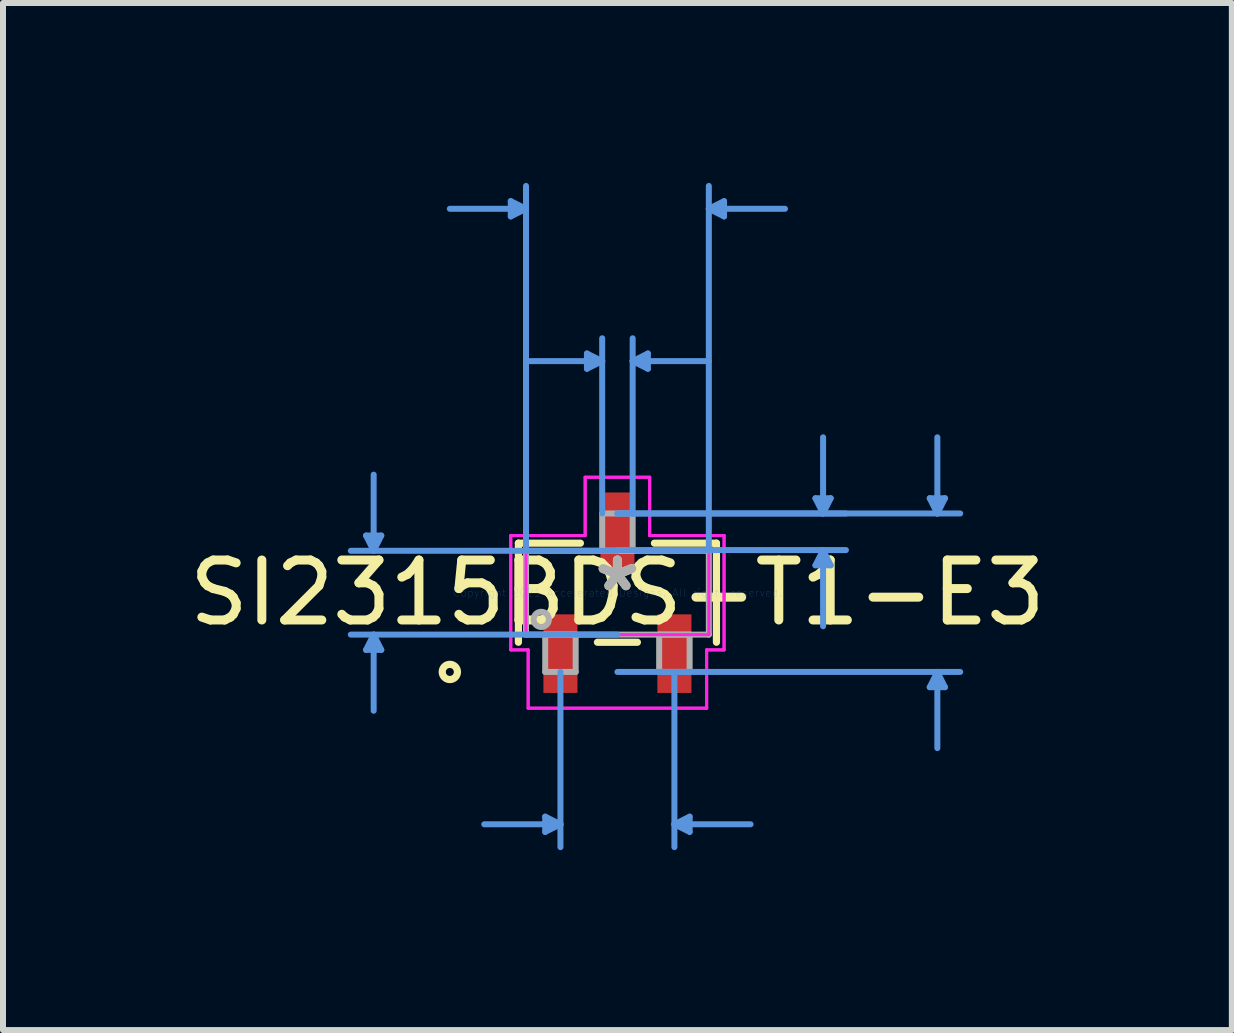
<source format=kicad_pcb>
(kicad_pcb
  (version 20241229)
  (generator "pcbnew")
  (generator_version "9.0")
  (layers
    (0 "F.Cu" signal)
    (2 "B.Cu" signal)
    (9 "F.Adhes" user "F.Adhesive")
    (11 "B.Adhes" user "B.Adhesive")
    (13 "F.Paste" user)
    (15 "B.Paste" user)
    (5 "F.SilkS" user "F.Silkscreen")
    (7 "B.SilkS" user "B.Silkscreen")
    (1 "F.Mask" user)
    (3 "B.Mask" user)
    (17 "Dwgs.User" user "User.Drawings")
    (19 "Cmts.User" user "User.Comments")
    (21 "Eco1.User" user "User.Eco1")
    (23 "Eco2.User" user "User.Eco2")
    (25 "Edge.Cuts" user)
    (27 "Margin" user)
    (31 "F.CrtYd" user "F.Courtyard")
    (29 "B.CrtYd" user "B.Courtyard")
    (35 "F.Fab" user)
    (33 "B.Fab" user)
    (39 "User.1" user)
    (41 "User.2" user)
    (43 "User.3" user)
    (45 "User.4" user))
  (footprint "SI2315BDS-T1-E3"
    (layer "F.Cu")
    (at 7.244 6.832)
    (property "Reference" "SI2315BDS-T1-E3" (at 0 0 0) (layer "F.SilkS") (effects (font (size 1 1) (thickness 0.15))))
    (attr through_hole)
    (fp_line (start -1.651 -0.826) (end -1.651 0.826) (stroke (width 0.12) (type solid)) (layer "F.SilkS"))
    (fp_line (start -0.617 -0.826) (end -1.651 -0.826) (stroke (width 0.12) (type solid)) (layer "F.SilkS"))
    (fp_line (start -0.333 0.826) (end 0.333 0.826) (stroke (width 0.12) (type solid)) (layer "F.SilkS"))
    (fp_line (start 1.651 -0.826) (end 0.617 -0.826) (stroke (width 0.12) (type solid)) (layer "F.SilkS"))
    (fp_line (start 1.651 0.826) (end 1.651 -0.826) (stroke (width 0.12) (type solid)) (layer "F.SilkS"))
    (fp_circle (center -2.794 1.321) (end -2.667 1.321) (stroke (width 0.12) (type solid)) (fill no) (layer "F.SilkS"))
    (fp_line (start -4.191 -0.953) (end -3.937 -0.953) (stroke (width 0.1) (type solid)) (layer "Cmts.User"))
    (fp_line (start -4.191 0.953) (end -3.937 0.953) (stroke (width 0.1) (type solid)) (layer "Cmts.User"))
    (fp_line (start -4.064 -0.699) (end -4.191 -0.953) (stroke (width 0.1) (type solid)) (layer "Cmts.User"))
    (fp_line (start -4.064 -0.699) (end -4.064 -1.968) (stroke (width 0.1) (type solid)) (layer "Cmts.User"))
    (fp_line (start -4.064 -0.699) (end -3.937 -0.953) (stroke (width 0.1) (type solid)) (layer "Cmts.User"))
    (fp_line (start -4.064 0.699) (end -4.191 0.953) (stroke (width 0.1) (type solid)) (layer "Cmts.User"))
    (fp_line (start -4.064 0.699) (end -4.064 1.968) (stroke (width 0.1) (type solid)) (layer "Cmts.User"))
    (fp_line (start -4.064 0.699) (end -3.937 0.953) (stroke (width 0.1) (type solid)) (layer "Cmts.User"))
    (fp_line (start -1.778 -6.528) (end -1.778 -6.274) (stroke (width 0.1) (type solid)) (layer "Cmts.User"))
    (fp_line (start -1.524 -6.401) (end -2.794 -6.401) (stroke (width 0.1) (type solid)) (layer "Cmts.User"))
    (fp_line (start -1.524 -6.401) (end -1.778 -6.528) (stroke (width 0.1) (type solid)) (layer "Cmts.User"))
    (fp_line (start -1.524 -6.401) (end -1.778 -6.274) (stroke (width 0.1) (type solid)) (layer "Cmts.User"))
    (fp_line (start -1.524 -0.699) (end -1.524 -6.782) (stroke (width 0.1) (type solid)) (layer "Cmts.User"))
    (fp_line (start -1.204 3.734) (end -1.204 3.988) (stroke (width 0.1) (type solid)) (layer "Cmts.User"))
    (fp_line (start -0.95 1.321) (end -0.95 4.242) (stroke (width 0.1) (type solid)) (layer "Cmts.User"))
    (fp_line (start -0.95 3.861) (end -2.22 3.861) (stroke (width 0.1) (type solid)) (layer "Cmts.User"))
    (fp_line (start -0.95 3.861) (end -1.204 3.734) (stroke (width 0.1) (type solid)) (layer "Cmts.User"))
    (fp_line (start -0.95 3.861) (end -1.204 3.988) (stroke (width 0.1) (type solid)) (layer "Cmts.User"))
    (fp_line (start -0.508 -3.988) (end -0.508 -3.734) (stroke (width 0.1) (type solid)) (layer "Cmts.User"))
    (fp_line (start -0.254 -3.861) (end -1.524 -3.861) (stroke (width 0.1) (type solid)) (layer "Cmts.User"))
    (fp_line (start -0.254 -3.861) (end -0.508 -3.988) (stroke (width 0.1) (type solid)) (layer "Cmts.User"))
    (fp_line (start -0.254 -3.861) (end -0.508 -3.734) (stroke (width 0.1) (type solid)) (layer "Cmts.User"))
    (fp_line (start -0.254 -1.321) (end -0.254 -4.242) (stroke (width 0.1) (type solid)) (layer "Cmts.User"))
    (fp_line (start 0 -1.321) (end 3.81 -1.321) (stroke (width 0.1) (type solid)) (layer "Cmts.User"))
    (fp_line (start 0 -1.321) (end 5.715 -1.321) (stroke (width 0.1) (type solid)) (layer "Cmts.User"))
    (fp_line (start 0 -0.711) (end 3.81 -0.711) (stroke (width 0.1) (type solid)) (layer "Cmts.User"))
    (fp_line (start 0 -0.699) (end -4.445 -0.699) (stroke (width 0.1) (type solid)) (layer "Cmts.User"))
    (fp_line (start 0 0.699) (end -4.445 0.699) (stroke (width 0.1) (type solid)) (layer "Cmts.User"))
    (fp_line (start 0 1.321) (end 5.715 1.321) (stroke (width 0.1) (type solid)) (layer "Cmts.User"))
    (fp_line (start 0.254 -3.861) (end 0.508 -3.988) (stroke (width 0.1) (type solid)) (layer "Cmts.User"))
    (fp_line (start 0.254 -3.861) (end 0.508 -3.734) (stroke (width 0.1) (type solid)) (layer "Cmts.User"))
    (fp_line (start 0.254 -3.861) (end 1.524 -3.861) (stroke (width 0.1) (type solid)) (layer "Cmts.User"))
    (fp_line (start 0.254 -1.321) (end 0.254 -4.242) (stroke (width 0.1) (type solid)) (layer "Cmts.User"))
    (fp_line (start 0.508 -3.988) (end 0.508 -3.734) (stroke (width 0.1) (type solid)) (layer "Cmts.User"))
    (fp_line (start 0.95 1.321) (end 0.95 4.242) (stroke (width 0.1) (type solid)) (layer "Cmts.User"))
    (fp_line (start 0.95 3.861) (end 1.204 3.734) (stroke (width 0.1) (type solid)) (layer "Cmts.User"))
    (fp_line (start 0.95 3.861) (end 1.204 3.988) (stroke (width 0.1) (type solid)) (layer "Cmts.User"))
    (fp_line (start 0.95 3.861) (end 2.22 3.861) (stroke (width 0.1) (type solid)) (layer "Cmts.User"))
    (fp_line (start 1.204 3.734) (end 1.204 3.988) (stroke (width 0.1) (type solid)) (layer "Cmts.User"))
    (fp_line (start 1.524 -6.401) (end 1.778 -6.528) (stroke (width 0.1) (type solid)) (layer "Cmts.User"))
    (fp_line (start 1.524 -6.401) (end 1.778 -6.274) (stroke (width 0.1) (type solid)) (layer "Cmts.User"))
    (fp_line (start 1.524 -6.401) (end 2.794 -6.401) (stroke (width 0.1) (type solid)) (layer "Cmts.User"))
    (fp_line (start 1.524 -0.699) (end 1.524 -6.782) (stroke (width 0.1) (type solid)) (layer "Cmts.User"))
    (fp_line (start 1.778 -6.528) (end 1.778 -6.274) (stroke (width 0.1) (type solid)) (layer "Cmts.User"))
    (fp_line (start 3.302 -1.575) (end 3.556 -1.575) (stroke (width 0.1) (type solid)) (layer "Cmts.User"))
    (fp_line (start 3.302 -0.457) (end 3.556 -0.457) (stroke (width 0.1) (type solid)) (layer "Cmts.User"))
    (fp_line (start 3.429 -1.321) (end 3.302 -1.575) (stroke (width 0.1) (type solid)) (layer "Cmts.User"))
    (fp_line (start 3.429 -1.321) (end 3.429 -2.591) (stroke (width 0.1) (type solid)) (layer "Cmts.User"))
    (fp_line (start 3.429 -1.321) (end 3.556 -1.575) (stroke (width 0.1) (type solid)) (layer "Cmts.User"))
    (fp_line (start 3.429 -0.711) (end 3.302 -0.457) (stroke (width 0.1) (type solid)) (layer "Cmts.User"))
    (fp_line (start 3.429 -0.711) (end 3.429 0.559) (stroke (width 0.1) (type solid)) (layer "Cmts.User"))
    (fp_line (start 3.429 -0.711) (end 3.556 -0.457) (stroke (width 0.1) (type solid)) (layer "Cmts.User"))
    (fp_line (start 5.207 -1.575) (end 5.461 -1.575) (stroke (width 0.1) (type solid)) (layer "Cmts.User"))
    (fp_line (start 5.207 1.575) (end 5.461 1.575) (stroke (width 0.1) (type solid)) (layer "Cmts.User"))
    (fp_line (start 5.334 -1.321) (end 5.207 -1.575) (stroke (width 0.1) (type solid)) (layer "Cmts.User"))
    (fp_line (start 5.334 -1.321) (end 5.334 -2.591) (stroke (width 0.1) (type solid)) (layer "Cmts.User"))
    (fp_line (start 5.334 -1.321) (end 5.461 -1.575) (stroke (width 0.1) (type solid)) (layer "Cmts.User"))
    (fp_line (start 5.334 1.321) (end 5.207 1.575) (stroke (width 0.1) (type solid)) (layer "Cmts.User"))
    (fp_line (start 5.334 1.321) (end 5.334 2.591) (stroke (width 0.1) (type solid)) (layer "Cmts.User"))
    (fp_line (start 5.334 1.321) (end 5.461 1.575) (stroke (width 0.1) (type solid)) (layer "Cmts.User"))
    (fp_line (start -1.778 -0.953) (end -0.538 -0.953) (stroke (width 0.05) (type solid)) (layer "F.CrtYd"))
    (fp_line (start -1.778 -0.953) (end -0.538 -0.953) (stroke (width 0.05) (type solid)) (layer "F.CrtYd"))
    (fp_line (start -1.778 0.953) (end -1.778 -0.953) (stroke (width 0.05) (type solid)) (layer "F.CrtYd"))
    (fp_line (start -1.778 0.953) (end -1.778 -0.953) (stroke (width 0.05) (type solid)) (layer "F.CrtYd"))
    (fp_line (start -1.778 0.953) (end -1.488 0.953) (stroke (width 0.05) (type solid)) (layer "F.CrtYd"))
    (fp_line (start -1.524 -0.699) (end 1.524 -0.699) (stroke (width 0.05) (type solid)) (layer "F.CrtYd"))
    (fp_line (start -1.524 0.699) (end -1.524 -0.699) (stroke (width 0.05) (type solid)) (layer "F.CrtYd"))
    (fp_line (start -1.488 0.953) (end -1.778 0.953) (stroke (width 0.05) (type solid)) (layer "F.CrtYd"))
    (fp_line (start -1.488 0.953) (end -1.488 1.925) (stroke (width 0.05) (type solid)) (layer "F.CrtYd"))
    (fp_line (start -1.488 1.925) (end -1.488 0.953) (stroke (width 0.05) (type solid)) (layer "F.CrtYd"))
    (fp_line (start -1.488 1.925) (end 1.488 1.925) (stroke (width 0.05) (type solid)) (layer "F.CrtYd"))
    (fp_line (start -0.538 -1.925) (end 0.538 -1.925) (stroke (width 0.05) (type solid)) (layer "F.CrtYd"))
    (fp_line (start -0.538 -1.925) (end 0.538 -1.925) (stroke (width 0.05) (type solid)) (layer "F.CrtYd"))
    (fp_line (start -0.538 -0.953) (end -0.538 -1.925) (stroke (width 0.05) (type solid)) (layer "F.CrtYd"))
    (fp_line (start -0.538 -0.953) (end -0.538 -1.925) (stroke (width 0.05) (type solid)) (layer "F.CrtYd"))
    (fp_line (start 0.538 -1.925) (end 0.538 -0.953) (stroke (width 0.05) (type solid)) (layer "F.CrtYd"))
    (fp_line (start 0.538 -0.953) (end 0.538 -1.925) (stroke (width 0.05) (type solid)) (layer "F.CrtYd"))
    (fp_line (start 0.538 -0.953) (end 1.778 -0.953) (stroke (width 0.05) (type solid)) (layer "F.CrtYd"))
    (fp_line (start 1.488 0.953) (end 1.488 1.925) (stroke (width 0.05) (type solid)) (layer "F.CrtYd"))
    (fp_line (start 1.488 0.953) (end 1.488 1.925) (stroke (width 0.05) (type solid)) (layer "F.CrtYd"))
    (fp_line (start 1.488 1.925) (end -1.488 1.925) (stroke (width 0.05) (type solid)) (layer "F.CrtYd"))
    (fp_line (start 1.524 -0.699) (end 1.524 0.699) (stroke (width 0.05) (type solid)) (layer "F.CrtYd"))
    (fp_line (start 1.524 0.699) (end -1.524 0.699) (stroke (width 0.05) (type solid)) (layer "F.CrtYd"))
    (fp_line (start 1.778 -0.953) (end 0.538 -0.953) (stroke (width 0.05) (type solid)) (layer "F.CrtYd"))
    (fp_line (start 1.778 -0.953) (end 1.778 0.953) (stroke (width 0.05) (type solid)) (layer "F.CrtYd"))
    (fp_line (start 1.778 -0.953) (end 1.778 0.953) (stroke (width 0.05) (type solid)) (layer "F.CrtYd"))
    (fp_line (start 1.778 0.953) (end 1.488 0.953) (stroke (width 0.05) (type solid)) (layer "F.CrtYd"))
    (fp_line (start 1.778 0.953) (end 1.488 0.953) (stroke (width 0.05) (type solid)) (layer "F.CrtYd"))
    (fp_line (start -1.524 -0.699) (end -1.524 0.699) (stroke (width 0.1) (type solid)) (layer "F.Fab"))
    (fp_line (start -1.524 0.699) (end 1.524 0.699) (stroke (width 0.1) (type solid)) (layer "F.Fab"))
    (fp_line (start -1.204 0.699) (end -1.204 1.321) (stroke (width 0.1) (type solid)) (layer "F.Fab"))
    (fp_line (start -1.204 1.321) (end -0.696 1.321) (stroke (width 0.1) (type solid)) (layer "F.Fab"))
    (fp_line (start -0.696 0.699) (end -1.204 0.699) (stroke (width 0.1) (type solid)) (layer "F.Fab"))
    (fp_line (start -0.696 1.321) (end -0.696 0.699) (stroke (width 0.1) (type solid)) (layer "F.Fab"))
    (fp_line (start -0.254 -1.321) (end -0.254 -0.699) (stroke (width 0.1) (type solid)) (layer "F.Fab"))
    (fp_line (start -0.254 -0.699) (end 0.254 -0.699) (stroke (width 0.1) (type solid)) (layer "F.Fab"))
    (fp_line (start 0.254 -1.321) (end -0.254 -1.321) (stroke (width 0.1) (type solid)) (layer "F.Fab"))
    (fp_line (start 0.254 -0.699) (end 0.254 -1.321) (stroke (width 0.1) (type solid)) (layer "F.Fab"))
    (fp_line (start 0.696 0.699) (end 0.696 1.321) (stroke (width 0.1) (type solid)) (layer "F.Fab"))
    (fp_line (start 0.696 1.321) (end 1.204 1.321) (stroke (width 0.1) (type solid)) (layer "F.Fab"))
    (fp_line (start 1.204 0.699) (end 0.696 0.699) (stroke (width 0.1) (type solid)) (layer "F.Fab"))
    (fp_line (start 1.204 1.321) (end 1.204 0.699) (stroke (width 0.1) (type solid)) (layer "F.Fab"))
    (fp_line (start 1.524 -0.699) (end -1.524 -0.699) (stroke (width 0.1) (type solid)) (layer "F.Fab"))
    (fp_line (start 1.524 0.699) (end 1.524 -0.699) (stroke (width 0.1) (type solid)) (layer "F.Fab"))
    (fp_circle (center -1.27 0.445) (end -1.143 0.445) (stroke (width 0.1) (type solid)) (fill no) (layer "F.Fab"))
    (fp_text user "*" (at 0 0 0) (layer "F.SilkS") (effects (font (size 1 1) (thickness 0.15))))
    (fp_text user "Copyright 2021 Accelerated Designs. All rights reserved." (at 0 0 0) (layer "Cmts.User") (effects (font (size 0.127 0.127) (thickness 0.002))))
    (fp_text user "*" (at 0 0 0) (layer "F.Fab") (effects (font (size 1 1) (thickness 0.15))))
    (pad "1" smd rect (at -0.95 1.016) (size 0.568 1.31) (layers "F.Cu" "F.Mask" "F.Paste"))
    (pad "2" smd rect (at 0.95 1.016) (size 0.568 1.31) (layers "F.Cu" "F.Mask" "F.Paste"))
    (pad "3" smd rect (at 0 -1.016) (size 0.568 1.31) (layers "F.Cu" "F.Mask" "F.Paste")))
  (gr_rect
    (start -3 -3)
    (end 17.488 14.124)
    (stroke (width 0.1) (type default))
    (fill no)
    (layer "Edge.Cuts")))
</source>
